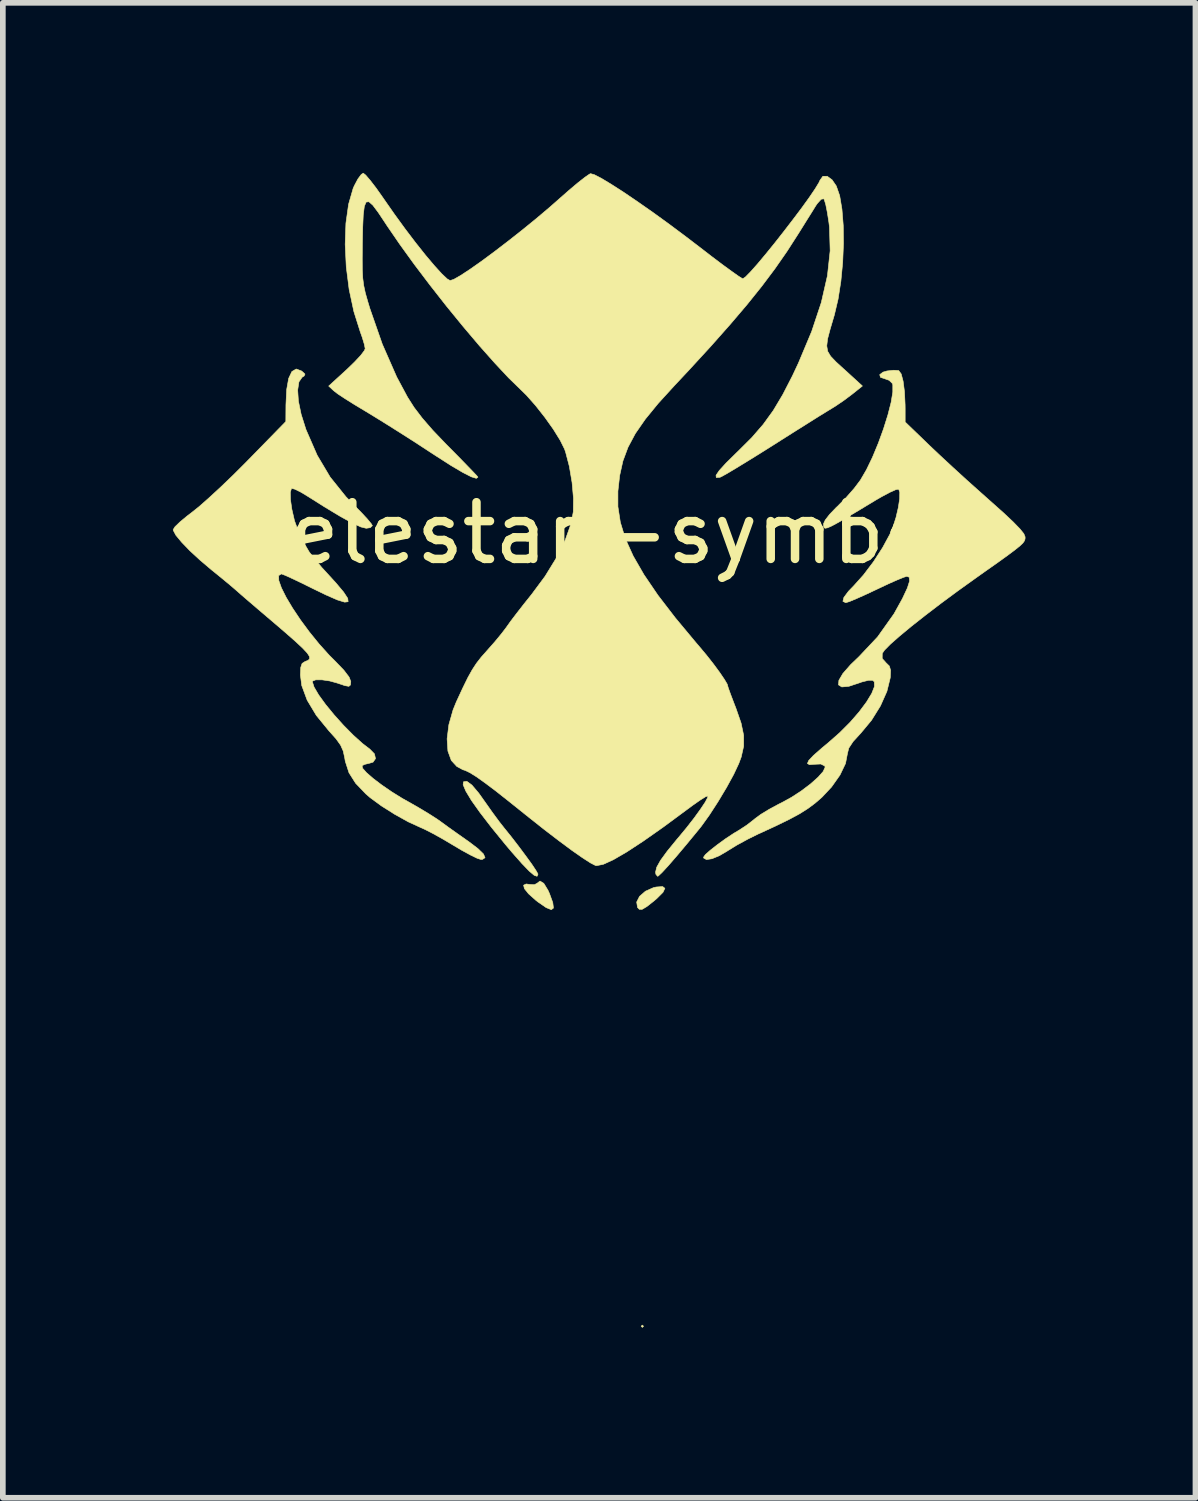
<source format=kicad_pcb>
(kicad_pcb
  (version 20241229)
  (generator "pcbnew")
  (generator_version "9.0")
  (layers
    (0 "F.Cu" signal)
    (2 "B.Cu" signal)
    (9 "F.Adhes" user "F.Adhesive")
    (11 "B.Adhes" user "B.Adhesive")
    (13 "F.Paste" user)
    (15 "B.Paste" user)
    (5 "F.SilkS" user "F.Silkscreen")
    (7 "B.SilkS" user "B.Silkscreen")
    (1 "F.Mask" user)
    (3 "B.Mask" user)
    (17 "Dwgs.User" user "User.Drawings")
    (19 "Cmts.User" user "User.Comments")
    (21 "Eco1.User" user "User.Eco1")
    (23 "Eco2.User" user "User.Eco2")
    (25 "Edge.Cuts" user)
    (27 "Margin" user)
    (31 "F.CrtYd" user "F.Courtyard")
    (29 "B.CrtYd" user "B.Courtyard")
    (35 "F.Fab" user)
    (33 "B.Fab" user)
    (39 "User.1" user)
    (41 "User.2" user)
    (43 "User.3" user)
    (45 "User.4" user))
  (footprint "Helestan-symbol"
    (layer "F.Cu")
    (at 7.498 6.354)
    (property "Reference" "Helestan-symbol" (at 0 0 0) (layer "F.SilkS") (effects (font (size 1 1) (thickness 0.15))))
    (attr through_hole)
    (fp_poly (pts (xy -3.998 -5.865) (xy -3.92 -5.773) (xy -3.82 -5.638) (xy -3.706 -5.472) (xy -3.702 -5.464) (xy -3.087 -4.587) (xy -2.414 -3.739) (xy -1.701 -2.943) (xy -1.492 -2.728) (xy -1.238 -2.459) (xy -1.008 -2.187) (xy -0.81 -1.926) (xy -0.655 -1.69) (xy -0.553 -1.491) (xy -0.535 -1.442) (xy -0.465 -1.184) (xy -0.416 -0.897) (xy -0.392 -0.616) (xy -0.397 -0.382) (xy -0.46 -0.089) (xy -0.587 0.238) (xy -0.771 0.585) (xy -1.008 0.94) (xy -1.14 1.112) (xy -1.283 1.293) (xy -1.417 1.465) (xy -1.526 1.609) (xy -1.597 1.708) (xy -1.604 1.717) (xy -1.688 1.831) (xy -1.804 1.971) (xy -1.903 2.082) (xy -2.15 2.378) (xy -2.315 2.654) (xy -2.372 2.798) (xy -2.431 2.95) (xy -2.503 3.097) (xy -2.51 3.109) (xy -2.577 3.285) (xy -2.613 3.534) (xy -2.615 3.557) (xy -2.622 3.689) (xy -2.619 3.792) (xy -2.6 3.889) (xy -2.559 4.001) (xy -2.492 4.149) (xy -2.411 4.313) (xy -2.318 4.492) (xy -2.223 4.657) (xy -2.112 4.822) (xy -1.976 5.005) (xy -1.803 5.221) (xy -1.625 5.434) (xy -1.455 5.639) (xy -1.305 5.826) (xy -1.185 5.984) (xy -1.101 6.102) (xy -1.062 6.17) (xy -1.06 6.177) (xy -1.087 6.239) (xy -1.173 6.241) (xy -1.318 6.185) (xy -1.522 6.069) (xy -1.593 6.025) (xy -1.761 5.911) (xy -1.917 5.797) (xy -2.037 5.7) (xy -2.071 5.669) (xy -2.166 5.586) (xy -2.309 5.476) (xy -2.475 5.358) (xy -2.56 5.301) (xy -2.713 5.197) (xy -2.839 5.108) (xy -2.921 5.044) (xy -2.943 5.023) (xy -2.991 4.984) (xy -3.096 4.921) (xy -3.236 4.846) (xy -3.273 4.827) (xy -3.583 4.658) (xy -3.838 4.489) (xy -4.066 4.299) (xy -4.08 4.287) (xy -4.175 4.191) (xy -4.211 4.129) (xy -4.199 4.081) (xy -4.193 4.074) (xy -4.114 4.023) (xy -4.029 4) (xy -3.916 3.986) (xy -4.022 3.892) (xy -4.286 3.653) (xy -4.493 3.455) (xy -4.654 3.29) (xy -4.777 3.146) (xy -4.874 3.012) (xy -4.916 2.945) (xy -5.014 2.757) (xy -5.05 2.625) (xy -5.022 2.548) (xy -4.929 2.525) (xy -4.769 2.553) (xy -4.657 2.59) (xy -4.505 2.636) (xy -4.42 2.643) (xy -4.401 2.607) (xy -4.45 2.527) (xy -4.566 2.399) (xy -4.67 2.296) (xy -4.888 2.067) (xy -5.112 1.796) (xy -5.321 1.512) (xy -5.494 1.243) (xy -5.549 1.143) (xy -5.624 0.976) (xy -5.665 0.831) (xy -5.669 0.722) (xy -5.636 0.667) (xy -5.616 0.663) (xy -5.559 0.682) (xy -5.443 0.733) (xy -5.283 0.81) (xy -5.093 0.905) (xy -5.026 0.939) (xy -4.834 1.035) (xy -4.669 1.111) (xy -4.546 1.161) (xy -4.478 1.179) (xy -4.469 1.177) (xy -4.487 1.133) (xy -4.553 1.041) (xy -4.657 0.915) (xy -4.788 0.77) (xy -5.079 0.415) (xy -5.288 0.066) (xy -5.419 -0.284) (xy -5.455 -0.457) (xy -5.475 -0.652) (xy -5.462 -0.771) (xy -5.408 -0.818) (xy -5.307 -0.797) (xy -5.154 -0.712) (xy -5.101 -0.678) (xy -4.907 -0.554) (xy -4.706 -0.432) (xy -4.51 -0.32) (xy -4.334 -0.226) (xy -4.191 -0.157) (xy -4.096 -0.121) (xy -4.066 -0.119) (xy -4.074 -0.159) (xy -4.137 -0.245) (xy -4.247 -0.368) (xy -4.349 -0.472) (xy -4.704 -0.882) (xy -4.99 -1.342) (xy -5.207 -1.847) (xy -5.279 -2.088) (xy -5.326 -2.313) (xy -5.346 -2.506) (xy -5.338 -2.651) (xy -5.304 -2.728) (xy -5.233 -2.744) (xy -5.108 -2.723) (xy -4.946 -2.669) (xy -4.765 -2.59) (xy -4.583 -2.491) (xy -4.487 -2.431) (xy -4.341 -2.336) (xy -4.154 -2.22) (xy -3.959 -2.104) (xy -3.895 -2.067) (xy -3.688 -1.945) (xy -3.462 -1.803) (xy -3.258 -1.67) (xy -3.217 -1.642) (xy -3.045 -1.525) (xy -2.86 -1.403) (xy -2.676 -1.284) (xy -2.504 -1.177) (xy -2.36 -1.089) (xy -2.256 -1.029) (xy -2.204 -1.005) (xy -2.201 -1.006) (xy -2.23 -1.041) (xy -2.309 -1.123) (xy -2.428 -1.243) (xy -2.576 -1.389) (xy -2.65 -1.461) (xy -3.011 -1.85) (xy -3.323 -2.271) (xy -3.593 -2.735) (xy -3.828 -3.254) (xy -4.034 -3.842) (xy -4.072 -3.966) (xy -4.125 -4.149) (xy -4.163 -4.295) (xy -4.187 -4.427) (xy -4.2 -4.566) (xy -4.206 -4.734) (xy -4.205 -4.953) (xy -4.204 -5.108) (xy -4.198 -5.39) (xy -4.187 -5.598) (xy -4.17 -5.742) (xy -4.143 -5.833) (xy -4.105 -5.881) (xy -4.053 -5.898) (xy -4.041 -5.898) (xy -3.998 -5.865)) (stroke (width 0.01) (type solid)) (fill yes) (layer "F.Mask"))
    (fp_poly (pts (xy 4 -5.941) (xy 4.031 -5.88) (xy 4.065 -5.758) (xy 4.098 -5.595) (xy 4.108 -5.526) (xy 4.137 -5.083) (xy 4.098 -4.612) (xy 3.992 -4.109) (xy 3.816 -3.569) (xy 3.6 -3.051) (xy 3.439 -2.708) (xy 3.297 -2.428) (xy 3.163 -2.195) (xy 3.026 -1.992) (xy 2.875 -1.802) (xy 2.7 -1.61) (xy 2.556 -1.464) (xy 2.404 -1.312) (xy 2.281 -1.183) (xy 2.195 -1.087) (xy 2.156 -1.036) (xy 2.156 -1.03) (xy 2.202 -1.052) (xy 2.307 -1.113) (xy 2.461 -1.207) (xy 2.653 -1.327) (xy 2.87 -1.465) (xy 2.928 -1.502) (xy 3.175 -1.66) (xy 3.42 -1.816) (xy 3.647 -1.959) (xy 3.839 -2.077) (xy 3.977 -2.161) (xy 3.979 -2.163) (xy 4.143 -2.262) (xy 4.293 -2.357) (xy 4.404 -2.432) (xy 4.424 -2.447) (xy 4.535 -2.52) (xy 4.682 -2.606) (xy 4.778 -2.657) (xy 4.971 -2.734) (xy 5.112 -2.744) (xy 5.202 -2.687) (xy 5.231 -2.62) (xy 5.237 -2.487) (xy 5.208 -2.292) (xy 5.147 -2.051) (xy 5.058 -1.777) (xy 5.012 -1.655) (xy 4.95 -1.492) (xy 4.901 -1.361) (xy 4.873 -1.279) (xy 4.868 -1.263) (xy 4.842 -1.193) (xy 4.773 -1.078) (xy 4.672 -0.934) (xy 4.554 -0.779) (xy 4.431 -0.63) (xy 4.316 -0.505) (xy 4.273 -0.463) (xy 4.121 -0.313) (xy 4.038 -0.21) (xy 4.023 -0.153) (xy 4.054 -0.141) (xy 4.1 -0.162) (xy 4.205 -0.219) (xy 4.356 -0.305) (xy 4.54 -0.412) (xy 4.654 -0.48) (xy 4.855 -0.597) (xy 5.036 -0.696) (xy 5.182 -0.771) (xy 5.278 -0.812) (xy 5.305 -0.818) (xy 5.351 -0.811) (xy 5.372 -0.774) (xy 5.371 -0.688) (xy 5.361 -0.586) (xy 5.28 -0.227) (xy 5.125 0.146) (xy 4.901 0.52) (xy 4.614 0.884) (xy 4.575 0.928) (xy 4.478 1.041) (xy 4.417 1.126) (xy 4.402 1.169) (xy 4.408 1.171) (xy 4.466 1.154) (xy 4.583 1.106) (xy 4.744 1.035) (xy 4.932 0.948) (xy 4.961 0.935) (xy 5.204 0.823) (xy 5.378 0.755) (xy 5.488 0.735) (xy 5.538 0.766) (xy 5.535 0.851) (xy 5.482 0.993) (xy 5.385 1.195) (xy 5.38 1.207) (xy 5.221 1.497) (xy 5.049 1.75) (xy 4.846 1.992) (xy 4.59 2.249) (xy 4.588 2.251) (xy 4.417 2.42) (xy 4.314 2.543) (xy 4.277 2.621) (xy 4.306 2.658) (xy 4.399 2.657) (xy 4.456 2.646) (xy 4.576 2.612) (xy 4.661 2.577) (xy 4.676 2.566) (xy 4.766 2.528) (xy 4.867 2.55) (xy 4.9 2.575) (xy 4.92 2.654) (xy 4.879 2.791) (xy 4.777 2.985) (xy 4.672 3.151) (xy 4.599 3.251) (xy 4.507 3.356) (xy 4.387 3.474) (xy 4.227 3.616) (xy 4.017 3.791) (xy 3.81 3.958) (xy 3.704 4.043) (xy 3.847 4.036) (xy 3.976 4.053) (xy 4.037 4.106) (xy 4.054 4.154) (xy 4.035 4.209) (xy 3.97 4.286) (xy 3.858 4.394) (xy 3.707 4.516) (xy 3.516 4.646) (xy 3.32 4.76) (xy 3.286 4.777) (xy 3.108 4.874) (xy 2.939 4.978) (xy 2.809 5.07) (xy 2.783 5.092) (xy 2.682 5.175) (xy 2.599 5.228) (xy 2.572 5.237) (xy 2.517 5.263) (xy 2.415 5.33) (xy 2.281 5.427) (xy 2.201 5.489) (xy 1.893 5.727) (xy 1.627 5.927) (xy 1.408 6.084) (xy 1.241 6.194) (xy 1.131 6.255) (xy 1.107 6.263) (xy 1.039 6.273) (xy 1.02 6.238) (xy 1.032 6.159) (xy 1.047 6.106) (xy 1.077 6.045) (xy 1.126 5.966) (xy 1.203 5.86) (xy 1.314 5.718) (xy 1.466 5.531) (xy 1.665 5.29) (xy 1.7 5.248) (xy 1.912 4.973) (xy 2.105 4.685) (xy 2.272 4.399) (xy 2.404 4.129) (xy 2.495 3.889) (xy 2.538 3.692) (xy 2.54 3.648) (xy 2.525 3.551) (xy 2.485 3.397) (xy 2.426 3.209) (xy 2.364 3.036) (xy 2.268 2.797) (xy 2.178 2.61) (xy 2.076 2.446) (xy 1.945 2.274) (xy 1.918 2.24) (xy 1.73 2.009) (xy 1.529 1.76) (xy 1.327 1.507) (xy 1.138 1.268) (xy 0.972 1.056) (xy 0.843 0.888) (xy 0.798 0.828) (xy 0.665 0.615) (xy 0.538 0.353) (xy 0.429 0.072) (xy 0.348 -0.201) (xy 0.307 -0.436) (xy 0.307 -0.442) (xy 0.309 -0.774) (xy 0.358 -1.116) (xy 0.448 -1.432) (xy 0.489 -1.532) (xy 0.59 -1.729) (xy 0.72 -1.93) (xy 0.888 -2.149) (xy 1.105 -2.4) (xy 1.29 -2.6) (xy 1.733 -3.077) (xy 2.12 -3.506) (xy 2.458 -3.895) (xy 2.752 -4.252) (xy 3.01 -4.587) (xy 3.239 -4.906) (xy 3.444 -5.218) (xy 3.486 -5.285) (xy 3.639 -5.531) (xy 3.756 -5.712) (xy 3.842 -5.836) (xy 3.905 -5.912) (xy 3.95 -5.948) (xy 3.983 -5.951) (xy 4 -5.941)) (stroke (width 0.01) (type solid)) (fill yes) (layer "F.Mask"))
    (fp_poly (pts (xy 0.804 13.991) (xy 0.783 14.012) (xy 0.762 13.991) (xy 0.783 13.97) (xy 0.804 13.991)) (stroke (width 0.01) (type solid)) (fill yes) (layer "F.SilkS"))
    (fp_poly (pts (xy 1.181 6.266) (xy 1.147 6.337) (xy 1.038 6.446) (xy 0.989 6.488) (xy 0.862 6.588) (xy 0.781 6.636) (xy 0.73 6.637) (xy 0.698 6.604) (xy 0.683 6.508) (xy 0.734 6.407) (xy 0.838 6.317) (xy 0.979 6.254) (xy 1.027 6.243) (xy 1.141 6.235) (xy 1.181 6.266)) (stroke (width 0.01) (type solid)) (fill yes) (layer "F.SilkS"))
    (fp_poly (pts (xy -0.956 6.178) (xy -0.882 6.299) (xy -0.856 6.356) (xy -0.797 6.518) (xy -0.785 6.614) (xy -0.823 6.643) (xy -0.914 6.606) (xy -1.059 6.506) (xy -1.097 6.476) (xy -1.224 6.363) (xy -1.297 6.272) (xy -1.312 6.211) (xy -1.266 6.189) (xy -1.209 6.197) (xy -1.122 6.202) (xy -1.08 6.181) (xy -1.022 6.138) (xy -0.956 6.178)) (stroke (width 0.01) (type solid)) (fill yes) (layer "F.SilkS"))
    (fp_poly (pts (xy -2.223 4.445) (xy -2.103 4.587) (xy -1.978 4.763) (xy -1.863 4.926) (xy -1.739 5.094) (xy -1.65 5.207) (xy -1.522 5.366) (xy -1.392 5.535) (xy -1.27 5.699) (xy -1.166 5.842) (xy -1.093 5.952) (xy -1.059 6.013) (xy -1.058 6.017) (xy -1.074 6.054) (xy -1.124 6.037) (xy -1.212 5.963) (xy -1.341 5.829) (xy -1.515 5.632) (xy -1.63 5.496) (xy -1.877 5.193) (xy -2.078 4.932) (xy -2.231 4.717) (xy -2.331 4.551) (xy -2.378 4.439) (xy -2.372 4.387) (xy -2.313 4.379) (xy -2.223 4.445)) (stroke (width 0.01) (type solid)) (fill yes) (layer "F.SilkS"))
    (fp_poly (pts (xy -5.227 -2.859) (xy -5.222 -2.855) (xy -5.168 -2.805) (xy -5.183 -2.772) (xy -5.218 -2.75) (xy -5.275 -2.668) (xy -5.297 -2.523) (xy -5.284 -2.328) (xy -5.236 -2.096) (xy -5.155 -1.84) (xy -5.148 -1.82) (xy -4.953 -1.373) (xy -4.724 -0.988) (xy -4.447 -0.643) (xy -4.31 -0.501) (xy -4.176 -0.365) (xy -4.068 -0.249) (xy -3.999 -0.165) (xy -3.979 -0.131) (xy -4.016 -0.096) (xy -4.088 -0.085) (xy -4.181 -0.108) (xy -4.333 -0.177) (xy -4.546 -0.295) (xy -4.823 -0.462) (xy -5.113 -0.645) (xy -5.244 -0.724) (xy -5.348 -0.775) (xy -5.404 -0.789) (xy -5.407 -0.787) (xy -5.427 -0.719) (xy -5.424 -0.59) (xy -5.4 -0.422) (xy -5.357 -0.235) (xy -5.351 -0.212) (xy -5.247 0.069) (xy -5.093 0.333) (xy -4.876 0.602) (xy -4.826 0.656) (xy -4.625 0.876) (xy -4.487 1.04) (xy -4.414 1.151) (xy -4.407 1.21) (xy -4.468 1.218) (xy -4.596 1.179) (xy -4.795 1.092) (xy -5.038 0.974) (xy -5.228 0.88) (xy -5.392 0.802) (xy -5.515 0.746) (xy -5.582 0.721) (xy -5.587 0.72) (xy -5.633 0.75) (xy -5.63 0.836) (xy -5.584 0.966) (xy -5.501 1.132) (xy -5.387 1.323) (xy -5.248 1.531) (xy -5.09 1.745) (xy -4.919 1.956) (xy -4.741 2.154) (xy -4.628 2.267) (xy -4.482 2.419) (xy -4.39 2.54) (xy -4.36 2.617) (xy -4.366 2.679) (xy -4.394 2.703) (xy -4.463 2.691) (xy -4.593 2.647) (xy -4.593 2.647) (xy -4.733 2.608) (xy -4.869 2.588) (xy -4.977 2.588) (xy -5.034 2.61) (xy -5.038 2.622) (xy -5.008 2.716) (xy -4.927 2.854) (xy -4.806 3.021) (xy -4.656 3.204) (xy -4.49 3.389) (xy -4.318 3.563) (xy -4.153 3.712) (xy -4.025 3.81) (xy -3.943 3.894) (xy -3.924 3.978) (xy -3.967 4.04) (xy -4.022 4.057) (xy -4.116 4.08) (xy -4.161 4.103) (xy -4.152 4.148) (xy -4.083 4.226) (xy -3.966 4.328) (xy -3.813 4.444) (xy -3.637 4.565) (xy -3.45 4.681) (xy -3.362 4.73) (xy -3.174 4.837) (xy -2.989 4.948) (xy -2.836 5.046) (xy -2.785 5.082) (xy -2.652 5.179) (xy -2.482 5.3) (xy -2.31 5.421) (xy -2.288 5.436) (xy -2.119 5.564) (xy -2.019 5.661) (xy -1.992 5.726) (xy -2.037 5.756) (xy -2.066 5.757) (xy -2.131 5.736) (xy -2.25 5.678) (xy -2.404 5.594) (xy -2.542 5.512) (xy -2.727 5.402) (xy -2.908 5.301) (xy -3.059 5.224) (xy -3.133 5.191) (xy -3.347 5.093) (xy -3.586 4.96) (xy -3.82 4.812) (xy -4.019 4.666) (xy -4.093 4.602) (xy -4.275 4.412) (xy -4.392 4.227) (xy -4.457 4.026) (xy -4.468 3.961) (xy -4.494 3.843) (xy -4.54 3.74) (xy -4.621 3.627) (xy -4.745 3.489) (xy -4.968 3.216) (xy -5.13 2.946) (xy -5.225 2.689) (xy -5.249 2.502) (xy -5.243 2.37) (xy -5.219 2.299) (xy -5.168 2.266) (xy -5.165 2.265) (xy -5.113 2.244) (xy -5.086 2.217) (xy -5.089 2.176) (xy -5.128 2.116) (xy -5.208 2.03) (xy -5.335 1.911) (xy -5.515 1.753) (xy -5.753 1.549) (xy -5.825 1.488) (xy -6.001 1.338) (xy -6.162 1.2) (xy -6.293 1.087) (xy -6.378 1.012) (xy -6.392 1) (xy -6.472 0.931) (xy -6.597 0.827) (xy -6.745 0.706) (xy -6.816 0.649) (xy -7.02 0.476) (xy -7.2 0.31) (xy -7.345 0.159) (xy -7.446 0.037) (xy -7.491 -0.048) (xy -7.493 -0.061) (xy -7.461 -0.112) (xy -7.374 -0.196) (xy -7.248 -0.301) (xy -7.165 -0.364) (xy -7.035 -0.468) (xy -6.862 -0.621) (xy -6.659 -0.808) (xy -6.442 -1.016) (xy -6.224 -1.233) (xy -6.171 -1.287) (xy -5.506 -1.968) (xy -5.504 -2.265) (xy -5.491 -2.533) (xy -5.456 -2.729) (xy -5.399 -2.85) (xy -5.322 -2.895) (xy -5.227 -2.859)) (stroke (width 0.01) (type solid)) (fill yes) (layer "F.SilkS"))
    (fp_poly (pts (xy 5.3 -2.868) (xy 5.306 -2.866) (xy 5.349 -2.808) (xy 5.383 -2.68) (xy 5.407 -2.495) (xy 5.418 -2.266) (xy 5.419 -2.202) (xy 5.419 -1.96) (xy 5.853 -1.541) (xy 6.034 -1.37) (xy 6.257 -1.163) (xy 6.502 -0.939) (xy 6.748 -0.719) (xy 6.911 -0.574) (xy 7.149 -0.362) (xy 7.325 -0.197) (xy 7.444 -0.074) (xy 7.513 0.012) (xy 7.535 0.067) (xy 7.535 0.069) (xy 7.534 0.103) (xy 7.523 0.136) (xy 7.497 0.174) (xy 7.445 0.224) (xy 7.361 0.292) (xy 7.237 0.385) (xy 7.064 0.51) (xy 6.834 0.672) (xy 6.668 0.79) (xy 6.35 1.018) (xy 6.048 1.241) (xy 5.771 1.453) (xy 5.525 1.647) (xy 5.319 1.818) (xy 5.16 1.958) (xy 5.056 2.063) (xy 5.015 2.122) (xy 5.014 2.211) (xy 5.081 2.287) (xy 5.14 2.345) (xy 5.162 2.418) (xy 5.157 2.54) (xy 5.155 2.557) (xy 5.097 2.792) (xy 4.983 3.048) (xy 4.825 3.302) (xy 4.638 3.527) (xy 4.635 3.53) (xy 4.5 3.678) (xy 4.425 3.792) (xy 4.402 3.883) (xy 4.402 3.883) (xy 4.367 4.064) (xy 4.269 4.268) (xy 4.12 4.479) (xy 3.95 4.66) (xy 3.83 4.764) (xy 3.704 4.858) (xy 3.559 4.95) (xy 3.379 5.047) (xy 3.15 5.159) (xy 2.858 5.294) (xy 2.832 5.305) (xy 2.644 5.398) (xy 2.451 5.503) (xy 2.295 5.599) (xy 2.288 5.604) (xy 2.142 5.69) (xy 2.012 5.744) (xy 1.914 5.759) (xy 1.865 5.732) (xy 1.863 5.716) (xy 1.895 5.671) (xy 1.982 5.594) (xy 2.106 5.497) (xy 2.249 5.393) (xy 2.394 5.297) (xy 2.488 5.241) (xy 2.626 5.151) (xy 2.757 5.049) (xy 2.773 5.035) (xy 2.871 4.963) (xy 3.019 4.873) (xy 3.189 4.781) (xy 3.236 4.758) (xy 3.415 4.66) (xy 3.591 4.545) (xy 3.751 4.424) (xy 3.883 4.306) (xy 3.973 4.205) (xy 4.007 4.13) (xy 4.002 4.109) (xy 3.931 4.073) (xy 3.823 4.078) (xy 3.731 4.085) (xy 3.695 4.064) (xy 3.718 4.011) (xy 3.803 3.921) (xy 3.953 3.789) (xy 4.064 3.697) (xy 4.263 3.522) (xy 4.447 3.338) (xy 4.607 3.154) (xy 4.737 2.98) (xy 4.83 2.827) (xy 4.878 2.705) (xy 4.875 2.623) (xy 4.846 2.597) (xy 4.77 2.597) (xy 4.655 2.626) (xy 4.613 2.641) (xy 4.425 2.703) (xy 4.302 2.714) (xy 4.243 2.677) (xy 4.25 2.597) (xy 4.321 2.476) (xy 4.458 2.32) (xy 4.605 2.179) (xy 4.933 1.831) (xy 5.222 1.424) (xy 5.371 1.155) (xy 5.458 0.969) (xy 5.497 0.846) (xy 5.491 0.779) (xy 5.449 0.762) (xy 5.392 0.78) (xy 5.276 0.827) (xy 5.116 0.898) (xy 4.93 0.986) (xy 4.911 0.995) (xy 4.723 1.083) (xy 4.56 1.156) (xy 4.438 1.207) (xy 4.374 1.227) (xy 4.372 1.228) (xy 4.321 1.204) (xy 4.338 1.135) (xy 4.419 1.026) (xy 4.512 0.93) (xy 4.684 0.738) (xy 4.861 0.504) (xy 5.022 0.255) (xy 5.15 0.019) (xy 5.201 -0.1) (xy 5.257 -0.274) (xy 5.298 -0.449) (xy 5.322 -0.605) (xy 5.324 -0.721) (xy 5.304 -0.776) (xy 5.253 -0.766) (xy 5.148 -0.719) (xy 5.006 -0.643) (xy 4.907 -0.586) (xy 4.624 -0.415) (xy 4.406 -0.285) (xy 4.243 -0.19) (xy 4.128 -0.128) (xy 4.052 -0.094) (xy 4.008 -0.085) (xy 3.987 -0.097) (xy 3.98 -0.126) (xy 3.979 -0.165) (xy 4.009 -0.23) (xy 4.087 -0.331) (xy 4.199 -0.448) (xy 4.228 -0.475) (xy 4.375 -0.624) (xy 4.52 -0.789) (xy 4.63 -0.935) (xy 4.736 -1.117) (xy 4.843 -1.339) (xy 4.945 -1.585) (xy 5.037 -1.838) (xy 5.114 -2.083) (xy 5.171 -2.305) (xy 5.201 -2.487) (xy 5.201 -2.614) (xy 5.195 -2.638) (xy 5.137 -2.695) (xy 5.075 -2.717) (xy 4.984 -2.748) (xy 4.97 -2.795) (xy 5.029 -2.84) (xy 5.098 -2.86) (xy 5.215 -2.873) (xy 5.3 -2.868)) (stroke (width 0.01) (type solid)) (fill yes) (layer "F.SilkS"))
    (fp_poly (pts (xy -4.097 -6.315) (xy -4.018 -6.223) (xy -3.914 -6.088) (xy -3.796 -5.921) (xy -3.777 -5.893) (xy -3.592 -5.628) (xy -3.403 -5.368) (xy -3.217 -5.123) (xy -3.042 -4.903) (xy -2.885 -4.717) (xy -2.755 -4.574) (xy -2.658 -4.483) (xy -2.608 -4.455) (xy -2.543 -4.476) (xy -2.422 -4.545) (xy -2.256 -4.654) (xy -2.054 -4.796) (xy -1.827 -4.964) (xy -1.583 -5.151) (xy -1.333 -5.348) (xy -1.085 -5.55) (xy -0.851 -5.748) (xy -0.683 -5.896) (xy -0.51 -6.048) (xy -0.356 -6.178) (xy -0.231 -6.276) (xy -0.15 -6.332) (xy -0.13 -6.341) (xy -0.063 -6.322) (xy 0.061 -6.258) (xy 0.235 -6.153) (xy 0.45 -6.015) (xy 0.696 -5.848) (xy 0.965 -5.66) (xy 1.247 -5.456) (xy 1.535 -5.241) (xy 1.793 -5.044) (xy 2.007 -4.879) (xy 2.199 -4.734) (xy 2.361 -4.616) (xy 2.48 -4.532) (xy 2.547 -4.49) (xy 2.556 -4.487) (xy 2.604 -4.52) (xy 2.692 -4.61) (xy 2.813 -4.746) (xy 2.957 -4.918) (xy 3.116 -5.114) (xy 3.281 -5.324) (xy 3.444 -5.536) (xy 3.596 -5.738) (xy 3.728 -5.921) (xy 3.831 -6.073) (xy 3.898 -6.183) (xy 3.916 -6.223) (xy 3.967 -6.294) (xy 4.044 -6.295) (xy 4.13 -6.232) (xy 4.204 -6.124) (xy 4.264 -5.952) (xy 4.304 -5.714) (xy 4.327 -5.427) (xy 4.331 -5.109) (xy 4.317 -4.775) (xy 4.285 -4.442) (xy 4.236 -4.128) (xy 4.17 -3.848) (xy 4.165 -3.831) (xy 4.096 -3.598) (xy 4.051 -3.428) (xy 4.036 -3.303) (xy 4.052 -3.207) (xy 4.104 -3.12) (xy 4.195 -3.024) (xy 4.328 -2.902) (xy 4.34 -2.892) (xy 4.665 -2.595) (xy 4.481 -2.448) (xy 4.338 -2.341) (xy 4.188 -2.239) (xy 4.128 -2.202) (xy 4.044 -2.151) (xy 3.901 -2.063) (xy 3.712 -1.944) (xy 3.489 -1.804) (xy 3.244 -1.649) (xy 3.093 -1.553) (xy 2.848 -1.399) (xy 2.623 -1.26) (xy 2.43 -1.142) (xy 2.279 -1.052) (xy 2.182 -0.998) (xy 2.151 -0.984) (xy 2.087 -0.98) (xy 2.083 -1.02) (xy 2.14 -1.104) (xy 2.261 -1.237) (xy 2.446 -1.419) (xy 2.475 -1.447) (xy 2.713 -1.684) (xy 2.915 -1.917) (xy 3.093 -2.163) (xy 3.26 -2.443) (xy 3.43 -2.773) (xy 3.536 -2.999) (xy 3.77 -3.557) (xy 3.94 -4.068) (xy 4.048 -4.54) (xy 4.096 -4.981) (xy 4.084 -5.397) (xy 4.073 -5.486) (xy 4.046 -5.657) (xy 4.018 -5.797) (xy 3.992 -5.882) (xy 3.984 -5.897) (xy 3.938 -5.89) (xy 3.869 -5.814) (xy 3.841 -5.773) (xy 3.772 -5.661) (xy 3.674 -5.505) (xy 3.567 -5.333) (xy 3.528 -5.271) (xy 3.332 -4.966) (xy 3.121 -4.663) (xy 2.889 -4.354) (xy 2.628 -4.029) (xy 2.33 -3.679) (xy 1.99 -3.295) (xy 1.598 -2.868) (xy 1.354 -2.608) (xy 1.064 -2.29) (xy 0.835 -2.01) (xy 0.659 -1.756) (xy 0.53 -1.514) (xy 0.44 -1.272) (xy 0.383 -1.016) (xy 0.352 -0.739) (xy 0.352 -0.467) (xy 0.395 -0.19) (xy 0.483 0.098) (xy 0.621 0.403) (xy 0.811 0.733) (xy 1.057 1.095) (xy 1.363 1.493) (xy 1.732 1.936) (xy 1.796 2.011) (xy 1.918 2.157) (xy 2.04 2.312) (xy 2.148 2.459) (xy 2.232 2.583) (xy 2.28 2.665) (xy 2.286 2.686) (xy 2.3 2.734) (xy 2.339 2.842) (xy 2.396 2.992) (xy 2.434 3.09) (xy 2.525 3.352) (xy 2.57 3.567) (xy 2.57 3.759) (xy 2.527 3.95) (xy 2.484 4.065) (xy 2.394 4.257) (xy 2.267 4.489) (xy 2.119 4.736) (xy 1.967 4.971) (xy 1.825 5.169) (xy 1.79 5.213) (xy 1.573 5.477) (xy 1.388 5.697) (xy 1.238 5.87) (xy 1.129 5.988) (xy 1.065 6.048) (xy 1.052 6.054) (xy 1.022 6.019) (xy 1.016 5.98) (xy 1.037 5.893) (xy 1.104 5.773) (xy 1.222 5.611) (xy 1.395 5.399) (xy 1.415 5.376) (xy 1.561 5.2) (xy 1.695 5.028) (xy 1.808 4.872) (xy 1.892 4.746) (xy 1.936 4.662) (xy 1.939 4.635) (xy 1.899 4.65) (xy 1.807 4.707) (xy 1.678 4.797) (xy 1.563 4.882) (xy 1.153 5.185) (xy 0.8 5.433) (xy 0.505 5.626) (xy 0.269 5.763) (xy 0.093 5.843) (xy -0.023 5.866) (xy -0.044 5.863) (xy -0.13 5.819) (xy -0.273 5.727) (xy -0.462 5.595) (xy -0.688 5.427) (xy -0.943 5.232) (xy -1.217 5.015) (xy -1.291 4.956) (xy -1.584 4.721) (xy -1.819 4.536) (xy -2.006 4.396) (xy -2.15 4.294) (xy -2.26 4.226) (xy -2.343 4.186) (xy -2.383 4.174) (xy -2.49 4.116) (xy -2.585 4.012) (xy -2.587 4.01) (xy -2.647 3.845) (xy -2.661 3.629) (xy -2.63 3.38) (xy -2.556 3.119) (xy -2.499 2.979) (xy -2.386 2.735) (xy -2.296 2.551) (xy -2.218 2.411) (xy -2.143 2.296) (xy -2.059 2.188) (xy -1.956 2.072) (xy -1.948 2.063) (xy -1.82 1.918) (xy -1.702 1.775) (xy -1.615 1.661) (xy -1.605 1.646) (xy -1.538 1.552) (xy -1.432 1.413) (xy -1.302 1.246) (xy -1.173 1.085) (xy -0.933 0.762) (xy -0.732 0.435) (xy -0.577 0.121) (xy -0.474 -0.168) (xy -0.435 -0.376) (xy -0.432 -0.615) (xy -0.457 -0.895) (xy -0.505 -1.178) (xy -0.57 -1.426) (xy -0.589 -1.482) (xy -0.666 -1.637) (xy -0.787 -1.832) (xy -0.937 -2.043) (xy -1.101 -2.251) (xy -1.263 -2.434) (xy -1.368 -2.537) (xy -1.575 -2.738) (xy -1.818 -2.998) (xy -2.089 -3.303) (xy -2.376 -3.642) (xy -2.671 -4.003) (xy -2.962 -4.374) (xy -3.24 -4.741) (xy -3.495 -5.094) (xy -3.718 -5.419) (xy -3.756 -5.477) (xy -3.878 -5.66) (xy -3.971 -5.784) (xy -4.04 -5.845) (xy -4.089 -5.84) (xy -4.121 -5.765) (xy -4.14 -5.615) (xy -4.15 -5.389) (xy -4.156 -5.101) (xy -4.158 -4.843) (xy -4.157 -4.649) (xy -4.149 -4.498) (xy -4.132 -4.368) (xy -4.104 -4.237) (xy -4.061 -4.086) (xy -4.024 -3.963) (xy -3.805 -3.335) (xy -3.55 -2.754) (xy -3.359 -2.398) (xy -3.243 -2.216) (xy -3.099 -2.027) (xy -2.915 -1.815) (xy -2.678 -1.567) (xy -2.638 -1.527) (xy -2.469 -1.356) (xy -2.323 -1.206) (xy -2.209 -1.088) (xy -2.137 -1.012) (xy -2.117 -0.987) (xy -2.146 -0.966) (xy -2.234 -0.993) (xy -2.383 -1.069) (xy -2.595 -1.194) (xy -2.871 -1.371) (xy -2.966 -1.433) (xy -3.22 -1.599) (xy -3.488 -1.77) (xy -3.747 -1.933) (xy -3.975 -2.074) (xy -4.117 -2.16) (xy -4.3 -2.27) (xy -4.464 -2.373) (xy -4.591 -2.457) (xy -4.661 -2.511) (xy -4.75 -2.594) (xy -4.428 -2.888) (xy -4.294 -3.018) (xy -4.186 -3.133) (xy -4.121 -3.219) (xy -4.106 -3.253) (xy -4.121 -3.33) (xy -4.158 -3.453) (xy -4.193 -3.551) (xy -4.306 -3.909) (xy -4.389 -4.297) (xy -4.44 -4.697) (xy -4.459 -5.093) (xy -4.446 -5.466) (xy -4.399 -5.801) (xy -4.319 -6.079) (xy -4.299 -6.125) (xy -4.235 -6.246) (xy -4.175 -6.327) (xy -4.14 -6.349) (xy -4.097 -6.315)) (stroke (width 0.01) (type solid)) (fill yes) (layer "F.SilkS")))
  (gr_rect
    (start -3 -3)
    (end 18.038 23.371)
    (stroke (width 0.1) (type default))
    (fill no)
    (layer "Edge.Cuts")))
</source>
